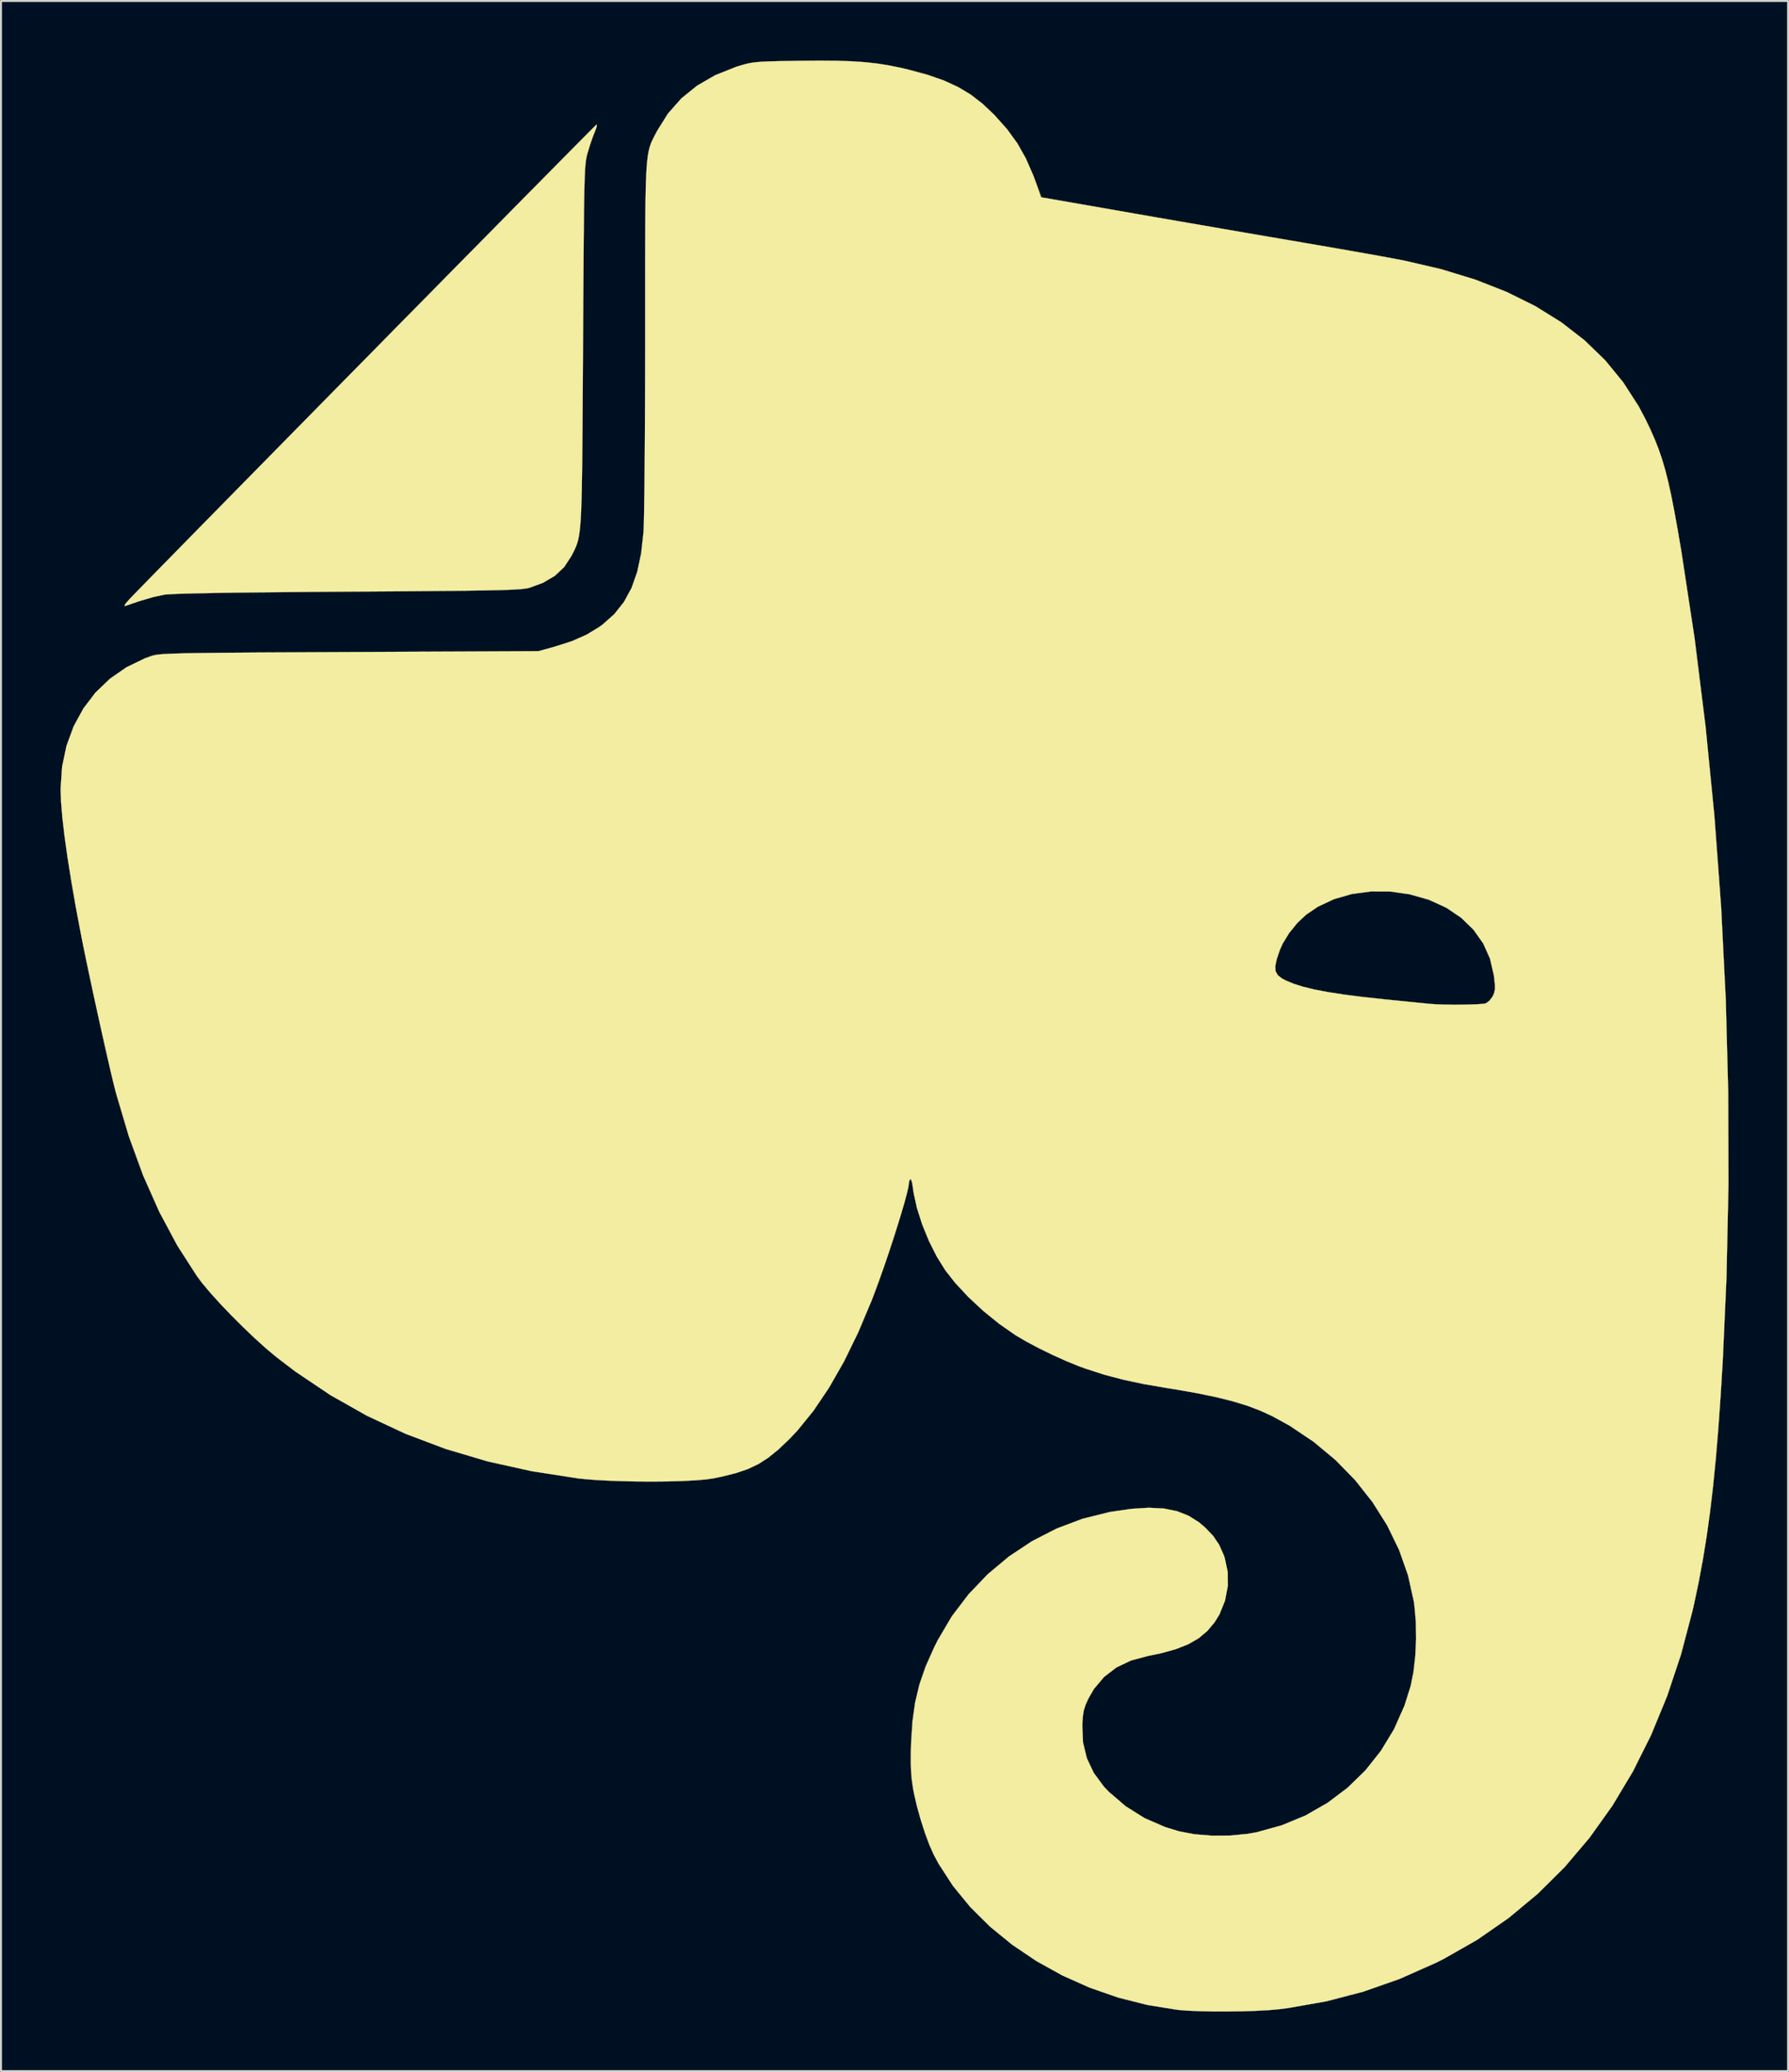
<source format=kicad_pcb>
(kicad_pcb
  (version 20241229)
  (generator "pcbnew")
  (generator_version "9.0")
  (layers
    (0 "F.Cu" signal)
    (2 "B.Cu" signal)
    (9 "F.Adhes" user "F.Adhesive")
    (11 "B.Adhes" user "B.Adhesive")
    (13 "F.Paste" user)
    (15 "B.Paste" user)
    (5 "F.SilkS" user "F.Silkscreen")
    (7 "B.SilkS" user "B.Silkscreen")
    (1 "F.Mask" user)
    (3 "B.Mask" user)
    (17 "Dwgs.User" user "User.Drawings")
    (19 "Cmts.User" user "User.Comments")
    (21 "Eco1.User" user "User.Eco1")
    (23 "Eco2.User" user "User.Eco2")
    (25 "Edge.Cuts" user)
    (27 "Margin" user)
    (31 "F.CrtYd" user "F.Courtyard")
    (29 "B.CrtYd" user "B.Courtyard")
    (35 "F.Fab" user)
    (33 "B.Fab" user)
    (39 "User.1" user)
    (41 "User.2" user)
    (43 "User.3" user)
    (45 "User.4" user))
  (footprint "evernote_10x10_F"
    (layer "F.Cu")
    (at 42 49.101)
    (property "Reference" "evernote_10x10_F" (at 0 0 0) (layer "F.SilkS") (effects (font (size 1.524 1.524) (thickness 0.3))))
    (attr through_hole)
    (fp_poly (pts (xy -14.967 -45.823) (xy -15.014 -45.657) (xy -15.078 -45.494) (xy -15.192 -45.2) (xy -15.32 -44.824) (xy -15.434 -44.45) (xy -15.462 -44.346) (xy -15.487 -44.24) (xy -15.509 -44.122) (xy -15.529 -43.982) (xy -15.547 -43.81) (xy -15.562 -43.595) (xy -15.575 -43.327) (xy -15.587 -42.997) (xy -15.598 -42.594) (xy -15.607 -42.108) (xy -15.616 -41.529) (xy -15.623 -40.847) (xy -15.631 -40.052) (xy -15.638 -39.133) (xy -15.645 -38.08) (xy -15.653 -36.884) (xy -15.661 -35.534) (xy -15.666 -34.756) (xy -15.674 -33.282) (xy -15.682 -31.967) (xy -15.69 -30.801) (xy -15.698 -29.775) (xy -15.706 -28.877) (xy -15.717 -28.098) (xy -15.729 -27.427) (xy -15.744 -26.856) (xy -15.761 -26.372) (xy -15.783 -25.967) (xy -15.809 -25.63) (xy -15.839 -25.351) (xy -15.875 -25.121) (xy -15.917 -24.928) (xy -15.965 -24.762) (xy -16.02 -24.615) (xy -16.082 -24.475) (xy -16.153 -24.332) (xy -16.232 -24.177) (xy -16.248 -24.145) (xy -16.608 -23.593) (xy -17.081 -23.145) (xy -17.68 -22.793) (xy -18.349 -22.547) (xy -18.441 -22.523) (xy -18.556 -22.502) (xy -18.704 -22.484) (xy -18.894 -22.467) (xy -19.136 -22.452) (xy -19.442 -22.439) (xy -19.82 -22.427) (xy -20.281 -22.416) (xy -20.836 -22.406) (xy -21.493 -22.396) (xy -22.263 -22.387) (xy -23.157 -22.379) (xy -24.184 -22.37) (xy -25.354 -22.361) (xy -26.678 -22.352) (xy -27.517 -22.347) (xy -29.184 -22.335) (xy -30.683 -22.322) (xy -32.016 -22.309) (xy -33.182 -22.295) (xy -34.185 -22.28) (xy -35.024 -22.264) (xy -35.701 -22.248) (xy -36.218 -22.23) (xy -36.575 -22.212) (xy -36.773 -22.193) (xy -36.776 -22.193) (xy -37.348 -22.068) (xy -38.043 -21.864) (xy -38.735 -21.627) (xy -38.779 -21.643) (xy -38.703 -21.764) (xy -38.512 -21.979) (xy -38.511 -21.98) (xy -38.351 -22.147) (xy -38.085 -22.421) (xy -37.72 -22.795) (xy -37.263 -23.262) (xy -36.721 -23.816) (xy -36.1 -24.449) (xy -35.408 -25.154) (xy -34.652 -25.924) (xy -33.838 -26.753) (xy -32.973 -27.632) (xy -32.065 -28.556) (xy -31.12 -29.517) (xy -30.145 -30.508) (xy -29.147 -31.523) (xy -28.133 -32.553) (xy -27.11 -33.593) (xy -26.084 -34.634) (xy -25.064 -35.671) (xy -24.054 -36.695) (xy -23.063 -37.701) (xy -22.098 -38.681) (xy -21.164 -39.627) (xy -20.27 -40.534) (xy -19.422 -41.394) (xy -18.627 -42.2) (xy -17.891 -42.944) (xy -17.223 -43.621) (xy -16.628 -44.222) (xy -16.114 -44.742) (xy -15.687 -45.172) (xy -15.355 -45.506) (xy -15.124 -45.737) (xy -15.001 -45.858) (xy -14.982 -45.875) (xy -14.967 -45.823)) (stroke (width 0.01) (type solid)) (fill yes) (layer "F.SilkS"))
    (fp_poly (pts (xy -2.885 -49.089) (xy -2.13 -49.064) (xy -1.458 -49.018) (xy -0.841 -48.95) (xy -0.251 -48.857) (xy 0.342 -48.737) (xy 0.748 -48.642) (xy 1.706 -48.38) (xy 2.526 -48.095) (xy 3.239 -47.768) (xy 3.877 -47.384) (xy 4.47 -46.927) (xy 5.05 -46.379) (xy 5.086 -46.341) (xy 5.716 -45.635) (xy 6.231 -44.923) (xy 6.663 -44.156) (xy 7.041 -43.286) (xy 7.158 -42.971) (xy 7.431 -42.212) (xy 12.161 -41.388) (xy 13.196 -41.208) (xy 14.312 -41.014) (xy 15.474 -40.814) (xy 16.644 -40.612) (xy 17.789 -40.415) (xy 18.871 -40.229) (xy 19.855 -40.061) (xy 20.659 -39.924) (xy 21.495 -39.781) (xy 22.327 -39.637) (xy 23.132 -39.496) (xy 23.883 -39.363) (xy 24.556 -39.242) (xy 25.124 -39.138) (xy 25.564 -39.056) (xy 25.727 -39.024) (xy 27.589 -38.591) (xy 29.311 -38.065) (xy 30.894 -37.443) (xy 32.34 -36.726) (xy 33.649 -35.912) (xy 34.823 -35.001) (xy 35.864 -33.991) (xy 36.771 -32.882) (xy 37.548 -31.674) (xy 37.888 -31.03) (xy 38.136 -30.512) (xy 38.354 -30.019) (xy 38.547 -29.529) (xy 38.72 -29.023) (xy 38.881 -28.477) (xy 39.034 -27.872) (xy 39.185 -27.185) (xy 39.34 -26.396) (xy 39.505 -25.483) (xy 39.686 -24.425) (xy 39.7 -24.338) (xy 40.359 -20.012) (xy 40.912 -15.573) (xy 41.36 -11.044) (xy 41.7 -6.446) (xy 41.932 -1.801) (xy 42.055 2.87) (xy 42.068 7.545) (xy 41.968 12.202) (xy 41.782 16.383) (xy 41.673 18.175) (xy 41.557 19.817) (xy 41.431 21.327) (xy 41.292 22.724) (xy 41.138 24.026) (xy 40.968 25.253) (xy 40.778 26.422) (xy 40.567 27.553) (xy 40.332 28.664) (xy 40.256 28.998) (xy 39.676 31.198) (xy 38.981 33.283) (xy 38.171 35.25) (xy 37.248 37.097) (xy 36.212 38.823) (xy 35.067 40.426) (xy 33.813 41.904) (xy 32.451 43.254) (xy 30.982 44.475) (xy 29.41 45.565) (xy 27.734 46.521) (xy 27.309 46.734) (xy 25.493 47.539) (xy 23.662 48.181) (xy 21.792 48.669) (xy 19.861 49.008) (xy 19.389 49.067) (xy 18.884 49.112) (xy 18.259 49.146) (xy 17.555 49.168) (xy 16.813 49.178) (xy 16.076 49.177) (xy 15.384 49.162) (xy 14.778 49.136) (xy 14.309 49.097) (xy 12.791 48.854) (xy 11.307 48.478) (xy 9.868 47.978) (xy 8.49 47.362) (xy 7.186 46.639) (xy 5.969 45.818) (xy 4.853 44.908) (xy 3.853 43.916) (xy 2.981 42.853) (xy 2.252 41.727) (xy 2.016 41.285) (xy 1.797 40.795) (xy 1.572 40.19) (xy 1.357 39.523) (xy 1.168 38.845) (xy 1.021 38.21) (xy 0.971 37.944) (xy 0.91 37.525) (xy 0.873 37.113) (xy 0.857 36.66) (xy 0.859 36.121) (xy 0.872 35.658) (xy 0.94 34.579) (xy 1.076 33.609) (xy 1.294 32.698) (xy 1.607 31.794) (xy 2.028 30.848) (xy 2.214 30.475) (xy 2.926 29.27) (xy 3.771 28.159) (xy 4.735 27.151) (xy 5.805 26.257) (xy 6.966 25.487) (xy 8.206 24.851) (xy 9.509 24.36) (xy 10.863 24.023) (xy 10.985 24.001) (xy 11.981 23.858) (xy 12.849 23.803) (xy 13.606 23.841) (xy 14.269 23.974) (xy 14.855 24.205) (xy 15.382 24.536) (xy 15.687 24.794) (xy 16.098 25.225) (xy 16.397 25.665) (xy 16.627 26.183) (xy 16.676 26.322) (xy 16.828 27.029) (xy 16.831 27.766) (xy 16.689 28.497) (xy 16.41 29.184) (xy 16.17 29.572) (xy 15.801 30.011) (xy 15.366 30.376) (xy 14.843 30.678) (xy 14.211 30.929) (xy 13.449 31.138) (xy 12.802 31.271) (xy 11.952 31.499) (xy 11.216 31.851) (xy 10.595 32.327) (xy 10.09 32.927) (xy 9.81 33.41) (xy 9.668 33.722) (xy 9.58 33.995) (xy 9.529 34.296) (xy 9.501 34.69) (xy 9.498 34.756) (xy 9.535 35.621) (xy 9.729 36.422) (xy 10.081 37.165) (xy 10.593 37.856) (xy 10.828 38.104) (xy 11.687 38.842) (xy 12.639 39.438) (xy 13.684 39.892) (xy 14.371 40.102) (xy 15.156 40.25) (xy 16.034 40.322) (xy 16.945 40.316) (xy 17.83 40.231) (xy 18.288 40.15) (xy 19.561 39.798) (xy 20.756 39.302) (xy 21.861 38.669) (xy 22.869 37.91) (xy 23.77 37.032) (xy 24.554 36.045) (xy 25.213 34.957) (xy 25.738 33.776) (xy 26.049 32.791) (xy 26.193 32.08) (xy 26.286 31.263) (xy 26.326 30.393) (xy 26.311 29.527) (xy 26.239 28.718) (xy 26.212 28.53) (xy 25.919 27.21) (xy 25.467 25.926) (xy 24.866 24.691) (xy 24.126 23.517) (xy 23.256 22.416) (xy 22.266 21.401) (xy 21.164 20.484) (xy 19.961 19.676) (xy 19.067 19.185) (xy 18.471 18.912) (xy 17.822 18.666) (xy 17.098 18.444) (xy 16.279 18.238) (xy 15.342 18.043) (xy 14.266 17.853) (xy 13.787 17.777) (xy 12.607 17.574) (xy 11.557 17.351) (xy 10.597 17.097) (xy 9.687 16.804) (xy 9.344 16.679) (xy 8.705 16.42) (xy 8.011 16.108) (xy 7.317 15.77) (xy 6.677 15.43) (xy 6.143 15.116) (xy 6.138 15.113) (xy 5.317 14.542) (xy 4.51 13.888) (xy 3.755 13.186) (xy 3.09 12.47) (xy 2.602 11.849) (xy 2.169 11.156) (xy 1.773 10.368) (xy 1.432 9.536) (xy 1.168 8.709) (xy 0.998 7.936) (xy 0.968 7.715) (xy 0.927 7.454) (xy 0.878 7.285) (xy 0.836 7.246) (xy 0.772 7.36) (xy 0.762 7.441) (xy 0.734 7.645) (xy 0.655 7.985) (xy 0.533 8.44) (xy 0.373 8.987) (xy 0.184 9.603) (xy -0.027 10.266) (xy -0.254 10.954) (xy -0.489 11.645) (xy -0.726 12.315) (xy -0.957 12.943) (xy -1.118 13.364) (xy -1.796 14.973) (xy -2.512 16.438) (xy -3.264 17.754) (xy -4.047 18.915) (xy -4.86 19.917) (xy -5.285 20.365) (xy -5.828 20.878) (xy -6.331 21.285) (xy -6.833 21.606) (xy -7.372 21.86) (xy -7.986 22.066) (xy -8.714 22.245) (xy -9.102 22.324) (xy -9.505 22.381) (xy -10.048 22.425) (xy -10.701 22.457) (xy -11.433 22.477) (xy -12.216 22.484) (xy -13.019 22.478) (xy -13.814 22.46) (xy -14.57 22.43) (xy -15.258 22.387) (xy -15.848 22.332) (xy -15.917 22.323) (xy -18.24 21.964) (xy -20.462 21.471) (xy -22.585 20.842) (xy -24.613 20.077) (xy -26.549 19.173) (xy -28.397 18.129) (xy -30.16 16.945) (xy -31.131 16.204) (xy -31.652 15.767) (xy -32.221 15.253) (xy -32.813 14.689) (xy -33.399 14.103) (xy -33.955 13.521) (xy -34.453 12.97) (xy -34.866 12.477) (xy -35.113 12.15) (xy -36.113 10.595) (xy -37.02 8.9) (xy -37.835 7.065) (xy -38.556 5.093) (xy -39.183 2.986) (xy -39.238 2.779) (xy -39.344 2.356) (xy -39.478 1.794) (xy -39.634 1.119) (xy -39.806 0.359) (xy -39.989 -0.459) (xy -40.176 -1.31) (xy -40.362 -2.165) (xy -40.54 -2.999) (xy -40.644 -3.489) (xy 19.227 -3.489) (xy 19.242 -3.224) (xy 19.355 -3.023) (xy 19.571 -2.856) (xy 19.749 -2.762) (xy 20.145 -2.596) (xy 20.621 -2.445) (xy 21.192 -2.306) (xy 21.872 -2.175) (xy 22.676 -2.051) (xy 23.616 -1.93) (xy 24.709 -1.811) (xy 24.977 -1.784) (xy 25.521 -1.729) (xy 26.025 -1.679) (xy 26.458 -1.636) (xy 26.79 -1.603) (xy 26.99 -1.583) (xy 27.009 -1.581) (xy 27.323 -1.559) (xy 27.724 -1.545) (xy 28.173 -1.539) (xy 28.633 -1.54) (xy 29.068 -1.548) (xy 29.44 -1.562) (xy 29.713 -1.584) (xy 29.84 -1.607) (xy 30.02 -1.737) (xy 30.18 -1.949) (xy 30.2 -1.987) (xy 30.267 -2.154) (xy 30.299 -2.326) (xy 30.296 -2.551) (xy 30.262 -2.878) (xy 30.243 -3.026) (xy 30.05 -3.859) (xy 29.707 -4.624) (xy 29.221 -5.312) (xy 28.602 -5.913) (xy 27.859 -6.417) (xy 27 -6.812) (xy 26.958 -6.828) (xy 25.994 -7.102) (xy 25.011 -7.24) (xy 24.035 -7.243) (xy 23.087 -7.115) (xy 22.193 -6.858) (xy 21.375 -6.475) (xy 20.787 -6.078) (xy 20.339 -5.657) (xy 19.93 -5.153) (xy 19.604 -4.623) (xy 19.467 -4.32) (xy 19.303 -3.845) (xy 19.227 -3.489) (xy -40.644 -3.489) (xy -40.706 -3.784) (xy -40.852 -4.493) (xy -40.968 -5.08) (xy -41.231 -6.472) (xy -41.457 -7.768) (xy -41.646 -8.955) (xy -41.796 -10.024) (xy -41.905 -10.963) (xy -41.972 -11.76) (xy -41.995 -12.406) (xy -41.995 -12.415) (xy -41.919 -13.528) (xy -41.698 -14.581) (xy -41.338 -15.562) (xy -40.848 -16.46) (xy -40.236 -17.263) (xy -39.509 -17.959) (xy -38.676 -18.538) (xy -37.743 -18.988) (xy -37.423 -19.104) (xy -37.343 -19.128) (xy -37.25 -19.149) (xy -37.133 -19.169) (xy -36.984 -19.186) (xy -36.793 -19.201) (xy -36.549 -19.214) (xy -36.244 -19.226) (xy -35.867 -19.237) (xy -35.41 -19.246) (xy -34.862 -19.255) (xy -34.213 -19.262) (xy -33.455 -19.269) (xy -32.577 -19.276) (xy -31.57 -19.283) (xy -30.424 -19.289) (xy -29.129 -19.296) (xy -27.677 -19.303) (xy -27.432 -19.304) (xy -17.907 -19.35) (xy -17.102 -19.571) (xy -16.227 -19.851) (xy -15.483 -20.18) (xy -14.834 -20.574) (xy -14.68 -20.687) (xy -14.089 -21.213) (xy -13.605 -21.821) (xy -13.221 -22.525) (xy -12.933 -23.338) (xy -12.733 -24.275) (xy -12.615 -25.349) (xy -12.614 -25.353) (xy -12.603 -25.605) (xy -12.592 -26.013) (xy -12.582 -26.564) (xy -12.572 -27.244) (xy -12.563 -28.04) (xy -12.555 -28.938) (xy -12.548 -29.926) (xy -12.542 -30.99) (xy -12.537 -32.116) (xy -12.534 -33.291) (xy -12.532 -34.502) (xy -12.532 -35.209) (xy -12.532 -36.651) (xy -12.532 -37.935) (xy -12.531 -39.069) (xy -12.529 -40.066) (xy -12.525 -40.935) (xy -12.519 -41.688) (xy -12.509 -42.333) (xy -12.496 -42.882) (xy -12.478 -43.345) (xy -12.456 -43.733) (xy -12.428 -44.056) (xy -12.394 -44.324) (xy -12.353 -44.548) (xy -12.305 -44.738) (xy -12.249 -44.905) (xy -12.184 -45.06) (xy -12.11 -45.211) (xy -12.027 -45.371) (xy -11.933 -45.55) (xy -11.93 -45.555) (xy -11.384 -46.429) (xy -10.713 -47.189) (xy -9.917 -47.835) (xy -8.997 -48.366) (xy -7.954 -48.781) (xy -7.814 -48.825) (xy -7.585 -48.893) (xy -7.378 -48.947) (xy -7.17 -48.988) (xy -6.933 -49.018) (xy -6.643 -49.041) (xy -6.275 -49.057) (xy -5.804 -49.07) (xy -5.205 -49.08) (xy -4.759 -49.087) (xy -3.752 -49.096) (xy -2.885 -49.089)) (stroke (width 0.01) (type solid)) (fill yes) (layer "F.SilkS")))
  (gr_rect
    (start -3 -3)
    (end 87.072 101.284)
    (stroke (width 0.1) (type default))
    (fill no)
    (layer "Edge.Cuts")))
</source>
